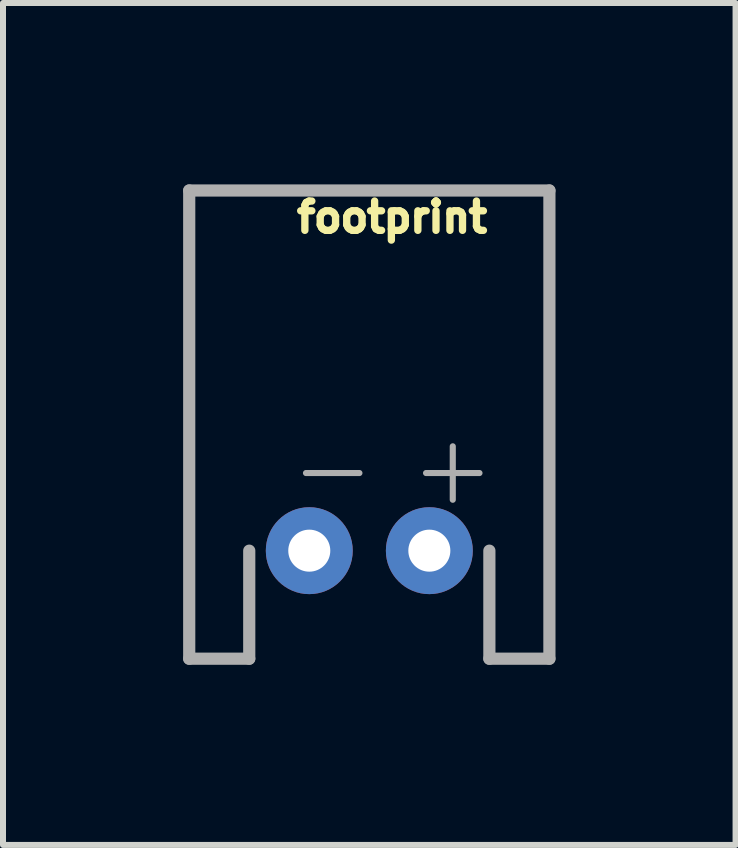
<source format=kicad_pcb>
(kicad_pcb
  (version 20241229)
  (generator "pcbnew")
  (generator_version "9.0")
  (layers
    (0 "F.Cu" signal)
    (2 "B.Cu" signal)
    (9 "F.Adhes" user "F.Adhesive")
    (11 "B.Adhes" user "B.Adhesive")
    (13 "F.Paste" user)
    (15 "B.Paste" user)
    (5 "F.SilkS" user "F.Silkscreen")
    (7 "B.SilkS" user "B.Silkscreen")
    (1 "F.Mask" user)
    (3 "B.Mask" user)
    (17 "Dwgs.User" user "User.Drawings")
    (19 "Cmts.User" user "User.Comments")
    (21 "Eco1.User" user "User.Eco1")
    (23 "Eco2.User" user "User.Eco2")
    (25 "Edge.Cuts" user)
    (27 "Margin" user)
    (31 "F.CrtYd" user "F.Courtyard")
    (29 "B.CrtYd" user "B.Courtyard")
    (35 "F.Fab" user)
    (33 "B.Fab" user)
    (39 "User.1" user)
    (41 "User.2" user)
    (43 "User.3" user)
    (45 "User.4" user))
  (footprint "footprint"
    (layer "F.Cu")
    (at 3.102 6.123)
    (property "Reference" "footprint" (at -1.27 -5.27 0) (layer "F.SilkS") (effects (font (size 0.488 0.488) (thickness 0.122)) (justify left bottom)))
    (fp_poly (pts (xy -0.866 -0.325) (xy -0.746 -0.245) (xy -0.647 -0.007) (xy -0.675 0.134) (xy -0.755 0.254) (xy -0.993 0.353) (xy -1.134 0.325) (xy -1.248 0.248) (xy -1.325 0.134) (xy -1.349 0.012) (xy -1.287 0.000001) (xy -1.349 -0.012) (xy -1.325 -0.134) (xy -1.248 -0.248) (xy -1.134 -0.325) (xy -1 -0.351)) (stroke (width 0) (type solid)) (fill yes) (layer "F.Mask"))
    (fp_poly (pts (xy 1.134 -0.325) (xy 1.254 -0.245) (xy 1.353 -0.007) (xy 1.325 0.134) (xy 1.245 0.254) (xy 1.013 0.35) (xy 0.994 0.35) (xy 0.866 0.325) (xy 0.752 0.248) (xy 0.675 0.134) (xy 0.651 0.012) (xy 0.713 0) (xy 0.651 -0.012) (xy 0.675 -0.134) (xy 0.752 -0.248) (xy 0.866 -0.325) (xy 1 -0.351)) (stroke (width 0) (type solid)) (fill yes) (layer "F.Mask"))
    (fp_poly (pts (xy -0.812 -0.7) (xy -0.638 -0.627) (xy -0.488 -0.512) (xy -0.373 -0.362) (xy -0.3 -0.188) (xy -0.276 -0.004) (xy -0.276 0.004) (xy -0.3 0.187) (xy -0.372 0.362) (xy -0.486 0.512) (xy -0.639 0.63) (xy -0.993 0.725) (xy -1.185 0.7) (xy -1.36 0.628) (xy -1.511 0.513) (xy -1.627 0.363) (xy -1.699 0.188) (xy -1.723 0.008) (xy -1.66 0.000001) (xy -1.723 -0.008) (xy -1.7 -0.188) (xy -1.627 -0.362) (xy -1.512 -0.512) (xy -1.359 -0.63) (xy -1.004 -0.725)) (stroke (width 0) (type solid)) (fill yes) (layer "B.Mask"))
    (fp_poly (pts (xy 1.188 -0.7) (xy 1.362 -0.627) (xy 1.512 -0.512) (xy 1.627 -0.362) (xy 1.7 -0.188) (xy 1.724 -0.000079) (xy 1.7 0.187) (xy 1.628 0.362) (xy 1.514 0.512) (xy 1.361 0.63) (xy 1.011 0.724) (xy 0.998 0.724) (xy 0.815 0.7) (xy 0.64 0.628) (xy 0.489 0.513) (xy 0.373 0.363) (xy 0.301 0.188) (xy 0.277 0.008) (xy 0.34 0.000001) (xy 0.277 -0.008) (xy 0.3 -0.188) (xy 0.373 -0.362) (xy 0.488 -0.512) (xy 0.641 -0.63) (xy 0.996 -0.725)) (stroke (width 0) (type solid)) (fill yes) (layer "B.Mask"))
    (fp_line (start -3 -6) (end 3 -6) (stroke (width 0.203) (type solid)) (layer "F.Fab"))
    (fp_line (start -3 1.8) (end -3 -6) (stroke (width 0.203) (type solid)) (layer "F.Fab"))
    (fp_line (start -2 0) (end -2 1.8) (stroke (width 0.203) (type solid)) (layer "F.Fab"))
    (fp_line (start -2 1.8) (end -3 1.8) (stroke (width 0.203) (type solid)) (layer "F.Fab"))
    (fp_line (start 2 1.8) (end 2 0) (stroke (width 0.203) (type solid)) (layer "F.Fab"))
    (fp_line (start 3 -6) (end 3 1.8) (stroke (width 0.203) (type solid)) (layer "F.Fab"))
    (fp_line (start 3 1.8) (end 2 1.8) (stroke (width 0.203) (type solid)) (layer "F.Fab"))
    (fp_text user "+" (at 0.6 -0.7 0) (layer "F.Fab") (effects (font (size 1.168 1.168) (thickness 0.102)) (justify left bottom)))
    (fp_text user "-" (at -1.4 -0.7 0) (layer "F.Fab") (effects (font (size 1.168 1.168) (thickness 0.102)) (justify left bottom)))
    (pad "1" thru_hole circle (at -1 0) (size 1.448 1.448) (drill 0.7) (layers "*.Cu"))
    (pad "2" thru_hole circle (at 1 0) (size 1.448 1.448) (drill 0.7) (layers "*.Cu")))
  (gr_rect
    (start -3 -3)
    (end 9.203 11.025)
    (stroke (width 0.1) (type default))
    (fill no)
    (layer "Edge.Cuts")))
</source>
